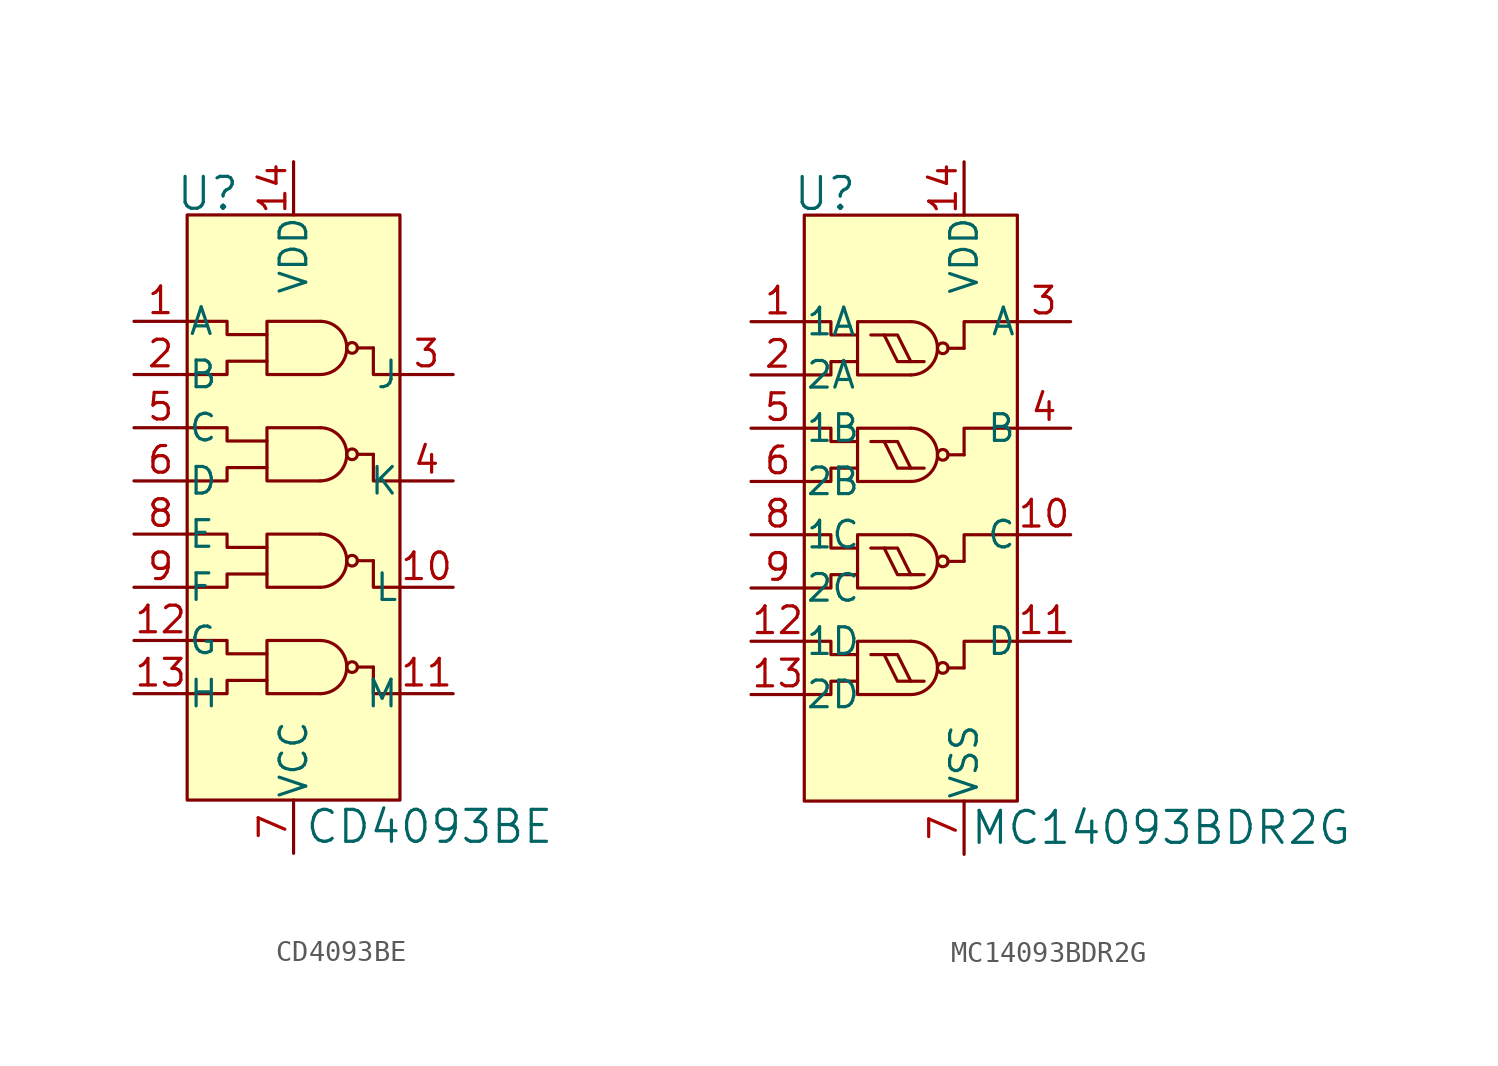
<source format=kicad_sym>
(kicad_symbol_lib
  (version 20231120)
  (generator "kicad_symbol_editor")
  (generator_version "8.0")
  (symbol "CD4093BE"
    (pin_names
      (offset 0.025))
    (property "Reference" "U"
      (at -2.54 11.176 0)
      (effects (font (size 1.524 1.524)) (justify right)))
    (property "Value" "CD4093BE"
      (at 0.508 -19.05 0)
      (effects (font (size 1.524 1.524)) (justify left)))
    (symbol "CD4093BE_0_1"
      (rectangle (start -5.08 10.16) (end 5.08 -17.78) (stroke (width 0) (type solid)) (fill (type background)))
      (polyline (pts (xy 3.048 -11.43) (xy 3.81 -11.43)) (stroke (width 0) (type solid)) (fill (type none)))
      (polyline (pts (xy 3.048 3.81) (xy 3.81 3.81)) (stroke (width 0) (type solid)) (fill (type none)))
      (polyline (pts (xy 3.81 -6.35) (xy 3.048 -6.35)) (stroke (width 0) (type solid)) (fill (type none)))
      (polyline (pts (xy 3.81 -1.27) (xy 3.048 -1.27)) (stroke (width 0) (type solid)) (fill (type none)))
      (polyline (pts (xy 3.81 -11.43) (xy 3.81 -12.7) (xy 5.08 -12.7)) (stroke (width 0) (type solid)) (fill (type none)))
      (polyline (pts (xy 3.81 -6.35) (xy 3.81 -7.62) (xy 5.08 -7.62)) (stroke (width 0) (type solid)) (fill (type none)))
      (polyline (pts (xy 3.81 -1.27) (xy 3.81 -2.54) (xy 5.08 -2.54)) (stroke (width 0) (type solid)) (fill (type none)))
      (polyline (pts (xy 3.81 3.81) (xy 3.81 2.54) (xy 5.08 2.54)) (stroke (width 0) (type solid)) (fill (type none)))
      (polyline (pts (xy -5.08 -12.7) (xy -3.175 -12.7) (xy -3.175 -12.065) (xy -1.27 -12.065)) (stroke (width 0) (type solid)) (fill (type none)))
      (polyline (pts (xy -5.08 -7.62) (xy -3.175 -7.62) (xy -3.175 -6.985) (xy -1.27 -6.985)) (stroke (width 0) (type solid)) (fill (type none)))
      (polyline (pts (xy -5.08 -2.54) (xy -3.175 -2.54) (xy -3.175 -1.905) (xy -1.27 -1.905)) (stroke (width 0) (type solid)) (fill (type none)))
      (polyline (pts (xy -1.27 -10.795) (xy -3.175 -10.795) (xy -3.175 -10.16) (xy -5.08 -10.16)) (stroke (width 0) (type solid)) (fill (type none)))
      (polyline (pts (xy -1.27 -5.715) (xy -3.175 -5.715) (xy -3.175 -5.08) (xy -5.08 -5.08)) (stroke (width 0) (type solid)) (fill (type none)))
      (polyline (pts (xy -1.27 -0.635) (xy -3.175 -0.635) (xy -3.175 0) (xy -5.08 0)) (stroke (width 0) (type solid)) (fill (type none)))
      (polyline (pts (xy -1.27 3.175) (xy -3.175 3.175) (xy -3.175 2.54) (xy -5.08 2.54)) (stroke (width 0) (type solid)) (fill (type none)))
      (polyline (pts (xy -1.27 4.445) (xy -3.175 4.445) (xy -3.175 5.08) (xy -5.08 5.08)) (stroke (width 0) (type solid)) (fill (type none)))
      (polyline (pts (xy 1.27 -10.16) (xy -1.27 -10.16) (xy -1.27 -12.7) (xy 1.27 -12.7)) (stroke (width 0) (type solid)) (fill (type none)))
      (polyline (pts (xy 1.27 -5.08) (xy -1.27 -5.08) (xy -1.27 -7.62) (xy 1.27 -7.62)) (stroke (width 0) (type solid)) (fill (type none)))
      (polyline (pts (xy 1.27 0) (xy -1.27 0) (xy -1.27 -2.54) (xy 1.27 -2.54)) (stroke (width 0) (type solid)) (fill (type none)))
      (polyline (pts (xy 1.27 5.08) (xy -1.27 5.08) (xy -1.27 2.54) (xy 1.27 2.54)) (stroke (width 0) (type solid)) (fill (type none)))
      (arc (start 1.27 -12.7) (mid 2.54 -11.43) (end 1.27 -10.16) (stroke (width 0) (type solid)) (fill (type none)))
      (arc (start 1.27 -7.62) (mid 2.54 -6.35) (end 1.27 -5.08) (stroke (width 0) (type solid)) (fill (type none)))
      (arc (start 1.27 -2.54) (mid 2.54 -1.27) (end 1.27 0) (stroke (width 0) (type solid)) (fill (type none)))
      (arc (start 1.27 2.54) (mid 2.54 3.81) (end 1.27 5.08) (stroke (width 0) (type solid)) (fill (type none)))
      (circle (center 2.794 -11.43) (radius 0.254) (stroke (width 0) (type solid)) (fill (type none)))
      (circle (center 2.794 -6.35) (radius 0.254) (stroke (width 0) (type solid)) (fill (type none)))
      (circle (center 2.794 -1.27) (radius 0.254) (stroke (width 0) (type solid)) (fill (type none)))
      (circle (center 2.794 3.81) (radius 0.254) (stroke (width 0) (type solid)) (fill (type none))))
    (symbol "CD4093BE_1_1"
      (pin input line (at -7.62 5.08 0) (length 2.54) (name "A" (effects (font (size 1.27 1.27)))) (number "1" (effects (font (size 1.27 1.27)))))
      (pin output line (at 7.62 -7.62 180) (length 2.54) (name "L" (effects (font (size 1.27 1.27)))) (number "10" (effects (font (size 1.27 1.27)))))
      (pin output line (at 7.62 -12.7 180) (length 2.54) (name "M" (effects (font (size 1.27 1.27)))) (number "11" (effects (font (size 1.27 1.27)))))
      (pin input line (at -7.62 -10.16 0) (length 2.54) (name "G" (effects (font (size 1.27 1.27)))) (number "12" (effects (font (size 1.27 1.27)))))
      (pin input line (at -7.62 -12.7 0) (length 2.54) (name "H" (effects (font (size 1.27 1.27)))) (number "13" (effects (font (size 1.27 1.27)))))
      (pin power_in line (at 0 12.7 270) (length 2.54) (name "VDD" (effects (font (size 1.27 1.27)))) (number "14" (effects (font (size 1.27 1.27)))))
      (pin input line (at -7.62 2.54 0) (length 2.54) (name "B" (effects (font (size 1.27 1.27)))) (number "2" (effects (font (size 1.27 1.27)))))
      (pin output line (at 7.62 2.54 180) (length 2.54) (name "J" (effects (font (size 1.27 1.27)))) (number "3" (effects (font (size 1.27 1.27)))))
      (pin output line (at 7.62 -2.54 180) (length 2.54) (name "K" (effects (font (size 1.27 1.27)))) (number "4" (effects (font (size 1.27 1.27)))))
      (pin input line (at -7.62 0 0) (length 2.54) (name "C" (effects (font (size 1.27 1.27)))) (number "5" (effects (font (size 1.27 1.27)))))
      (pin input line (at -7.62 -2.54 0) (length 2.54) (name "D" (effects (font (size 1.27 1.27)))) (number "6" (effects (font (size 1.27 1.27)))))
      (pin power_in line (at 0 -20.32 90) (length 2.54) (name "VCC" (effects (font (size 1.27 1.27)))) (number "7" (effects (font (size 1.27 1.27)))))
      (pin input line (at -7.62 -5.08 0) (length 2.54) (name "E" (effects (font (size 1.27 1.27)))) (number "8" (effects (font (size 1.27 1.27)))))
      (pin input line (at -7.62 -7.62 0) (length 2.54) (name "F" (effects (font (size 1.27 1.27)))) (number "9" (effects (font (size 1.27 1.27)))))))
  (symbol "MC14093BDR2G"
    (pin_names
      (offset 0.025))
    (property "Reference" "U"
      (at -2.54 13.716 0)
      (effects (font (size 1.524 1.524)) (justify right)))
    (property "Value" "MC14093BDR2G"
      (at 2.794 -16.51 0)
      (effects (font (size 1.524 1.524)) (justify left)))
    (symbol "MC14093BDR2G_0_1"
      (rectangle (start -5.08 12.7) (end 5.08 -15.24) (stroke (width 0) (type solid)) (fill (type background)))
      (arc (start 0 -10.16) (mid 1.27 -8.89) (end 0 -7.62) (stroke (width 0) (type solid)) (fill (type none)))
      (arc (start 0 -5.08) (mid 1.27 -3.81) (end 0 -2.54) (stroke (width 0) (type solid)) (fill (type none)))
      (polyline (pts (xy 2.54 -8.89) (xy 1.778 -8.89)) (stroke (width 0) (type solid)) (fill (type none)))
      (polyline (pts (xy 2.54 -3.81) (xy 1.778 -3.81)) (stroke (width 0) (type solid)) (fill (type none)))
      (polyline (pts (xy 2.54 1.27) (xy 1.778 1.27)) (stroke (width 0) (type solid)) (fill (type none)))
      (polyline (pts (xy 2.54 6.35) (xy 1.778 6.35)) (stroke (width 0) (type solid)) (fill (type none)))
      (polyline (pts (xy 2.54 -8.89) (xy 2.54 -7.62) (xy 5.08 -7.62)) (stroke (width 0) (type solid)) (fill (type none)))
      (polyline (pts (xy 2.54 -3.81) (xy 2.54 -2.54) (xy 5.08 -2.54)) (stroke (width 0) (type solid)) (fill (type none)))
      (polyline (pts (xy 2.54 1.27) (xy 2.54 2.54) (xy 5.08 2.54)) (stroke (width 0) (type solid)) (fill (type none)))
      (polyline (pts (xy 2.54 6.35) (xy 2.54 7.62) (xy 5.08 7.62)) (stroke (width 0) (type solid)) (fill (type none)))
      (polyline (pts (xy -5.08 -10.16) (xy -3.81 -10.16) (xy -3.81 -9.525) (xy -2.54 -9.525)) (stroke (width 0) (type solid)) (fill (type none)))
      (polyline (pts (xy -5.08 -5.08) (xy -3.81 -5.08) (xy -3.81 -4.445) (xy -2.54 -4.445)) (stroke (width 0) (type solid)) (fill (type none)))
      (polyline (pts (xy -5.08 0) (xy -3.81 0) (xy -3.81 0.635) (xy -2.54 0.635)) (stroke (width 0) (type solid)) (fill (type none)))
      (polyline (pts (xy -5.08 5.08) (xy -3.81 5.08) (xy -3.81 5.715) (xy -2.54 5.715)) (stroke (width 0) (type solid)) (fill (type none)))
      (polyline (pts (xy -2.54 -8.255) (xy -3.81 -8.255) (xy -3.81 -7.62) (xy -5.08 -7.62)) (stroke (width 0) (type solid)) (fill (type none)))
      (polyline (pts (xy -2.54 -3.175) (xy -3.81 -3.175) (xy -3.81 -2.54) (xy -5.08 -2.54)) (stroke (width 0) (type solid)) (fill (type none)))
      (polyline (pts (xy -2.54 1.905) (xy -3.81 1.905) (xy -3.81 2.54) (xy -5.08 2.54)) (stroke (width 0) (type solid)) (fill (type none)))
      (polyline (pts (xy -2.54 6.985) (xy -3.81 6.985) (xy -3.81 7.62) (xy -5.08 7.62)) (stroke (width 0) (type solid)) (fill (type none)))
      (polyline (pts (xy -1.905 -8.255) (xy -1.27 -8.255) (xy -0.635 -9.525) (xy 0 -9.525)) (stroke (width 0) (type solid)) (fill (type none)))
      (polyline (pts (xy -1.905 -3.175) (xy -1.27 -3.175) (xy -0.635 -4.445) (xy 0 -4.445)) (stroke (width 0) (type solid)) (fill (type none)))
      (polyline (pts (xy -1.905 1.905) (xy -1.27 1.905) (xy -0.635 0.635) (xy 0 0.635)) (stroke (width 0) (type solid)) (fill (type none)))
      (polyline (pts (xy -1.905 6.985) (xy -1.27 6.985) (xy -0.635 5.715) (xy 0 5.715)) (stroke (width 0) (type solid)) (fill (type none)))
      (polyline (pts (xy -1.27 -8.255) (xy -0.635 -8.255) (xy 0 -9.525) (xy 0.635 -9.525)) (stroke (width 0) (type solid)) (fill (type none)))
      (polyline (pts (xy -1.27 -3.175) (xy -0.635 -3.175) (xy 0 -4.445) (xy 0.635 -4.445)) (stroke (width 0) (type solid)) (fill (type none)))
      (polyline (pts (xy -1.27 1.905) (xy -0.635 1.905) (xy 0 0.635) (xy 0.635 0.635)) (stroke (width 0) (type solid)) (fill (type none)))
      (polyline (pts (xy -1.27 6.985) (xy -0.635 6.985) (xy 0 5.715) (xy 0.635 5.715)) (stroke (width 0) (type solid)) (fill (type none)))
      (polyline (pts (xy 0 -7.62) (xy -2.54 -7.62) (xy -2.54 -10.16) (xy 0 -10.16)) (stroke (width 0) (type solid)) (fill (type none)))
      (polyline (pts (xy 0 -2.54) (xy -2.54 -2.54) (xy -2.54 -5.08) (xy 0 -5.08)) (stroke (width 0) (type solid)) (fill (type none)))
      (polyline (pts (xy 0 2.54) (xy -2.54 2.54) (xy -2.54 0) (xy 0 0)) (stroke (width 0) (type solid)) (fill (type none)))
      (polyline (pts (xy 0 7.62) (xy -2.54 7.62) (xy -2.54 5.08) (xy 0 5.08)) (stroke (width 0) (type solid)) (fill (type none)))
      (arc (start 0 0) (mid 1.27 1.27) (end 0 2.54) (stroke (width 0) (type solid)) (fill (type none)))
      (arc (start 0 5.08) (mid 1.27 6.35) (end 0 7.62) (stroke (width 0) (type solid)) (fill (type none)))
      (circle (center 1.524 -8.89) (radius 0.254) (stroke (width 0) (type solid)) (fill (type none)))
      (circle (center 1.524 -3.81) (radius 0.254) (stroke (width 0) (type solid)) (fill (type none)))
      (circle (center 1.524 1.27) (radius 0.254) (stroke (width 0) (type solid)) (fill (type none)))
      (circle (center 1.524 6.35) (radius 0.254) (stroke (width 0) (type solid)) (fill (type none))))
    (symbol "MC14093BDR2G_1_1"
      (pin input line (at -7.62 7.62 0) (length 2.54) (name "1A" (effects (font (size 1.27 1.27)))) (number "1" (effects (font (size 1.27 1.27)))))
      (pin output line (at 7.62 -2.54 180) (length 2.54) (name "C" (effects (font (size 1.27 1.27)))) (number "10" (effects (font (size 1.27 1.27)))))
      (pin output line (at 7.62 -7.62 180) (length 2.54) (name "D" (effects (font (size 1.27 1.27)))) (number "11" (effects (font (size 1.27 1.27)))))
      (pin input line (at -7.62 -7.62 0) (length 2.54) (name "1D" (effects (font (size 1.27 1.27)))) (number "12" (effects (font (size 1.27 1.27)))))
      (pin input line (at -7.62 -10.16 0) (length 2.54) (name "2D" (effects (font (size 1.27 1.27)))) (number "13" (effects (font (size 1.27 1.27)))))
      (pin power_in line (at 2.54 15.24 270) (length 2.54) (name "VDD" (effects (font (size 1.27 1.27)))) (number "14" (effects (font (size 1.27 1.27)))))
      (pin input line (at -7.62 5.08 0) (length 2.54) (name "2A" (effects (font (size 1.27 1.27)))) (number "2" (effects (font (size 1.27 1.27)))))
      (pin output line (at 7.62 7.62 180) (length 2.54) (name "A" (effects (font (size 1.27 1.27)))) (number "3" (effects (font (size 1.27 1.27)))))
      (pin output line (at 7.62 2.54 180) (length 2.54) (name "B" (effects (font (size 1.27 1.27)))) (number "4" (effects (font (size 1.27 1.27)))))
      (pin input line (at -7.62 2.54 0) (length 2.54) (name "1B" (effects (font (size 1.27 1.27)))) (number "5" (effects (font (size 1.27 1.27)))))
      (pin input line (at -7.62 0 0) (length 2.54) (name "2B" (effects (font (size 1.27 1.27)))) (number "6" (effects (font (size 1.27 1.27)))))
      (pin power_in line (at 2.54 -17.78 90) (length 2.54) (name "VSS" (effects (font (size 1.27 1.27)))) (number "7" (effects (font (size 1.27 1.27)))))
      (pin input line (at -7.62 -2.54 0) (length 2.54) (name "1C" (effects (font (size 1.27 1.27)))) (number "8" (effects (font (size 1.27 1.27)))))
      (pin input line (at -7.62 -5.08 0) (length 2.54) (name "2C" (effects (font (size 1.27 1.27)))) (number "9" (effects (font (size 1.27 1.27))))))))
</source>
